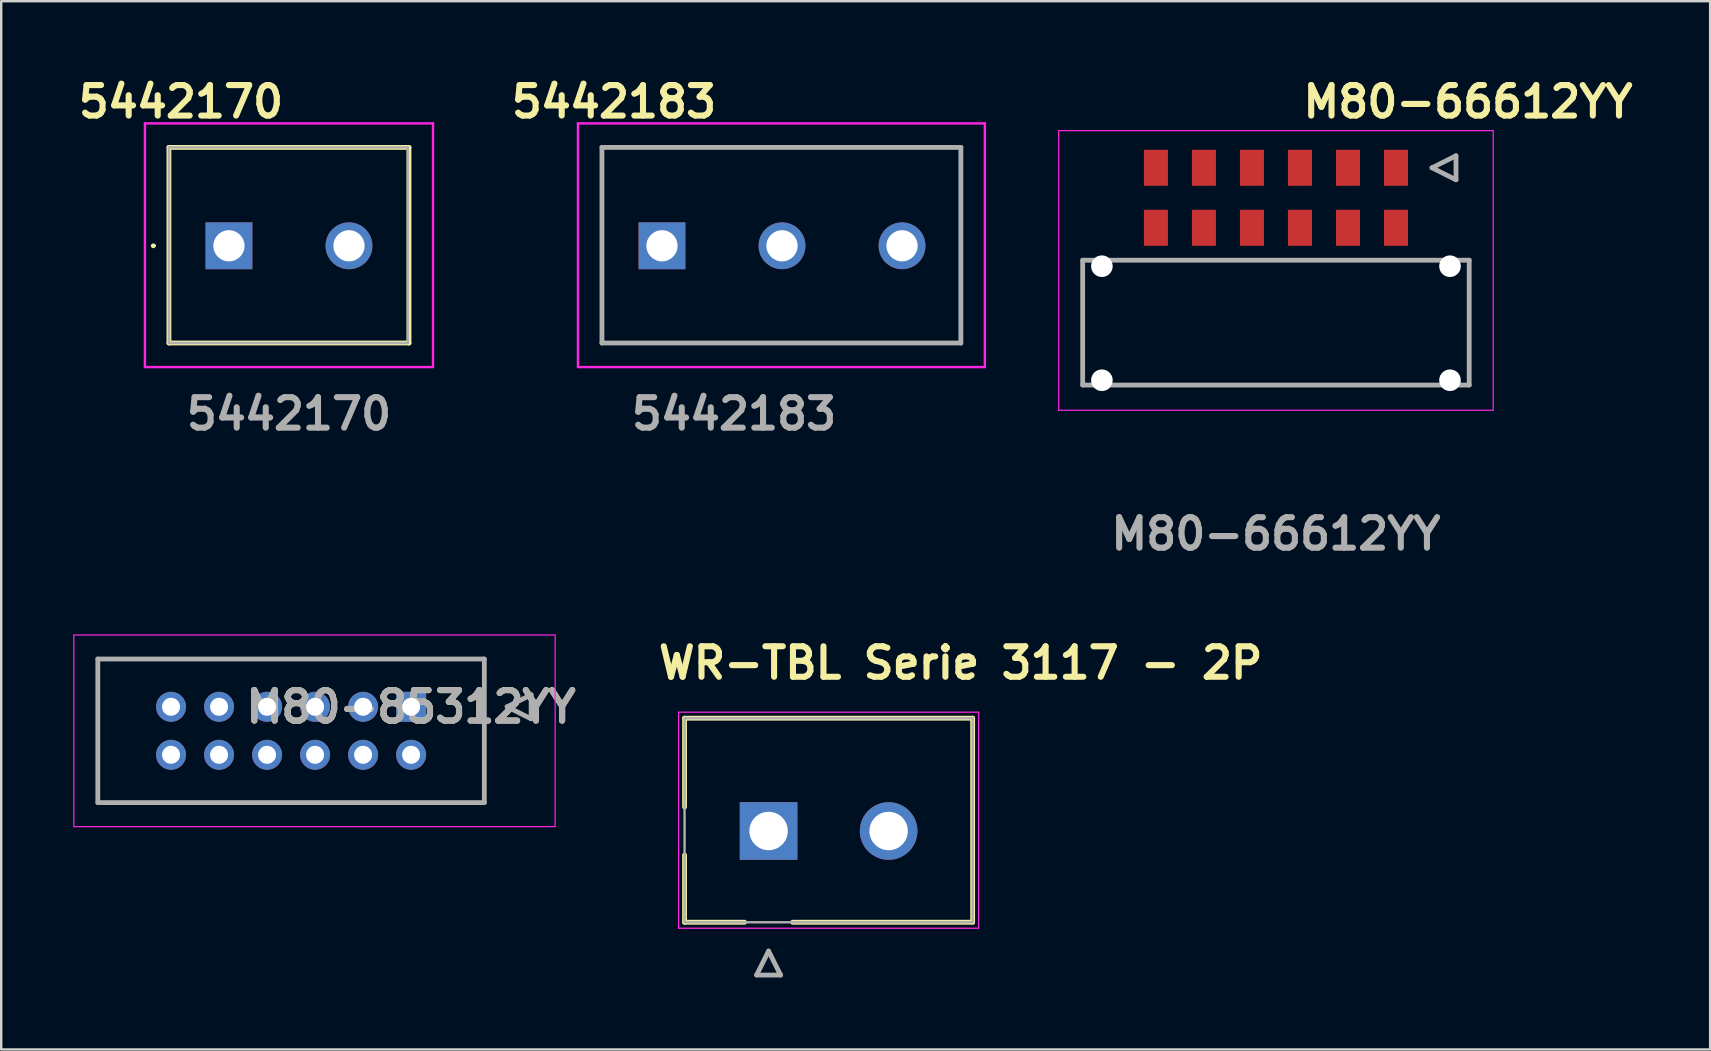
<source format=kicad_pcb>
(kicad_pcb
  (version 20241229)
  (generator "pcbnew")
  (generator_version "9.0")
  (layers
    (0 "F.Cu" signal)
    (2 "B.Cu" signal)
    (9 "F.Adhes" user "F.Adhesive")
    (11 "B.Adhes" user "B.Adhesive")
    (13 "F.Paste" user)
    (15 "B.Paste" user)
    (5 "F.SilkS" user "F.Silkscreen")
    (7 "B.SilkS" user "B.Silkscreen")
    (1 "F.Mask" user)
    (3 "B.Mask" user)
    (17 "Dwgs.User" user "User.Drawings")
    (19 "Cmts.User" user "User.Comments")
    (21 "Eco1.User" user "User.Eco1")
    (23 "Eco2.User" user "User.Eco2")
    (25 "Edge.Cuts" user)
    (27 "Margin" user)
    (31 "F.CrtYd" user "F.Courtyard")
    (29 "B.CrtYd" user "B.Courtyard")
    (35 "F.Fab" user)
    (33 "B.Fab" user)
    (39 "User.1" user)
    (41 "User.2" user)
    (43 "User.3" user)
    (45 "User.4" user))
  (footprint "M80-66612YY"
    (layer "F.Cu")
    (at 50.1 5.189)
    (property "Reference" "M80-66612YY" (at 8 -4 0) (layer "F.SilkS") (effects (font (size 1.27 1.27) (thickness 0.254))))
    (attr through_hole)
    (fp_line (start -8.05 7.8) (end -8.05 2.6) (stroke (width 0.1) (type solid)) (layer "F.SilkS"))
    (fp_line (start 6.5 -1.25) (end 7.5 -1.75) (stroke (width 0.1) (type solid)) (layer "F.SilkS"))
    (fp_line (start 7.5 -1.75) (end 7.5 -0.75) (stroke (width 0.1) (type solid)) (layer "F.SilkS"))
    (fp_line (start 7.5 -0.75) (end 6.5 -1.25) (stroke (width 0.1) (type solid)) (layer "F.SilkS"))
    (fp_line (start 8.05 2.6) (end 8.05 7.8) (stroke (width 0.1) (type solid)) (layer "F.SilkS"))
    (fp_line (start -9.05 -2.8) (end 9.05 -2.8) (stroke (width 0.05) (type solid)) (layer "F.CrtYd"))
    (fp_line (start -9.05 8.85) (end -9.05 -2.8) (stroke (width 0.05) (type solid)) (layer "F.CrtYd"))
    (fp_line (start 9.05 -2.8) (end 9.05 8.85) (stroke (width 0.05) (type solid)) (layer "F.CrtYd"))
    (fp_line (start 9.05 8.85) (end -9.05 8.85) (stroke (width 0.05) (type solid)) (layer "F.CrtYd"))
    (fp_line (start -8.05 2.6) (end 8.05 2.6) (stroke (width 0.2) (type solid)) (layer "F.Fab"))
    (fp_line (start -8.05 7.8) (end -8.05 2.6) (stroke (width 0.2) (type solid)) (layer "F.Fab"))
    (fp_line (start 6.5 -1.25) (end 7.5 -1.75) (stroke (width 0.2) (type solid)) (layer "F.Fab"))
    (fp_line (start 7.5 -1.75) (end 7.5 -0.75) (stroke (width 0.2) (type solid)) (layer "F.Fab"))
    (fp_line (start 7.5 -0.75) (end 6.5 -1.25) (stroke (width 0.2) (type solid)) (layer "F.Fab"))
    (fp_line (start 8.05 2.6) (end 8.05 7.8) (stroke (width 0.2) (type solid)) (layer "F.Fab"))
    (fp_line (start 8.05 7.8) (end -8.05 7.8) (stroke (width 0.2) (type solid)) (layer "F.Fab"))
    (fp_text user "${REFERENCE}" (at 0 14 0) (layer "F.Fab") (effects (font (size 1.27 1.27) (thickness 0.254))))
    (pad "" np_thru_hole circle (at -7.25 2.85) (size 0.9 0.9) (drill 0.9) (layers "*.Cu" "*.Mask"))
    (pad "" np_thru_hole circle (at -7.25 7.6) (size 0.9 0.9) (drill 0.9) (layers "*.Cu" "*.Mask"))
    (pad "" np_thru_hole circle (at 7.25 2.85) (size 0.9 0.9) (drill 0.9) (layers "*.Cu" "*.Mask"))
    (pad "" np_thru_hole circle (at 7.25 7.6) (size 0.9 0.9) (drill 0.9) (layers "*.Cu" "*.Mask"))
    (pad "1" smd rect (at 5 -1.25) (size 1 1.5) (layers "F.Cu" "F.Mask" "F.Paste"))
    (pad "2" smd rect (at 3 -1.25) (size 1 1.5) (layers "F.Cu" "F.Mask" "F.Paste"))
    (pad "3" smd rect (at 1 -1.25) (size 1 1.5) (layers "F.Cu" "F.Mask" "F.Paste"))
    (pad "4" smd rect (at -1 -1.25) (size 1 1.5) (layers "F.Cu" "F.Mask" "F.Paste"))
    (pad "5" smd rect (at -3 -1.25) (size 1 1.5) (layers "F.Cu" "F.Mask" "F.Paste"))
    (pad "6" smd rect (at -5 -1.25) (size 1 1.5) (layers "F.Cu" "F.Mask" "F.Paste"))
    (pad "7" smd rect (at 5 1.25) (size 1 1.5) (layers "F.Cu" "F.Mask" "F.Paste"))
    (pad "8" smd rect (at 3 1.25) (size 1 1.5) (layers "F.Cu" "F.Mask" "F.Paste"))
    (pad "9" smd rect (at 1 1.25) (size 1 1.5) (layers "F.Cu" "F.Mask" "F.Paste"))
    (pad "10" smd rect (at -1 1.25) (size 1 1.5) (layers "F.Cu" "F.Mask" "F.Paste"))
    (pad "11" smd rect (at -3 1.25) (size 1 1.5) (layers "F.Cu" "F.Mask" "F.Paste"))
    (pad "12" smd rect (at -5 1.25) (size 1 1.5) (layers "F.Cu" "F.Mask" "F.Paste")))
  (footprint "M80-85312YY"
    (layer "F.Cu")
    (at 14.075 26.392)
    (property "Reference" "M80-85312YY" (at 0 0 0) (layer "F.SilkS") (effects (font (size 1.27 1.27) (thickness 0.254))))
    (attr through_hole)
    (fp_line (start -13.05 -1.99) (end 3.05 -1.99) (stroke (width 0.1) (type solid)) (layer "F.SilkS"))
    (fp_line (start -13.05 3.99) (end -13.05 -1.99) (stroke (width 0.1) (type solid)) (layer "F.SilkS"))
    (fp_line (start 3.05 -1.99) (end 3.05 3.99) (stroke (width 0.1) (type solid)) (layer "F.SilkS"))
    (fp_line (start 3.05 3.99) (end -13.05 3.99) (stroke (width 0.1) (type solid)) (layer "F.SilkS"))
    (fp_line (start 4 0) (end 5 -0.5) (stroke (width 0.1) (type solid)) (layer "F.SilkS"))
    (fp_line (start 5 -0.5) (end 5 0.5) (stroke (width 0.1) (type solid)) (layer "F.SilkS"))
    (fp_line (start 5 0.5) (end 4 0) (stroke (width 0.1) (type solid)) (layer "F.SilkS"))
    (fp_line (start -14.05 -2.99) (end 6 -2.99) (stroke (width 0.05) (type solid)) (layer "F.CrtYd"))
    (fp_line (start -14.05 4.99) (end -14.05 -2.99) (stroke (width 0.05) (type solid)) (layer "F.CrtYd"))
    (fp_line (start 6 -2.99) (end 6 4.99) (stroke (width 0.05) (type solid)) (layer "F.CrtYd"))
    (fp_line (start 6 4.99) (end -14.05 4.99) (stroke (width 0.05) (type solid)) (layer "F.CrtYd"))
    (fp_line (start -13.05 -1.99) (end 3.05 -1.99) (stroke (width 0.2) (type solid)) (layer "F.Fab"))
    (fp_line (start -13.05 3.99) (end -13.05 -1.99) (stroke (width 0.2) (type solid)) (layer "F.Fab"))
    (fp_line (start 3.05 -1.99) (end 3.05 3.99) (stroke (width 0.2) (type solid)) (layer "F.Fab"))
    (fp_line (start 3.05 3.99) (end -13.05 3.99) (stroke (width 0.2) (type solid)) (layer "F.Fab"))
    (fp_line (start 4 0) (end 5 -0.5) (stroke (width 0.2) (type solid)) (layer "F.Fab"))
    (fp_line (start 5 -0.5) (end 5 0.5) (stroke (width 0.2) (type solid)) (layer "F.Fab"))
    (fp_line (start 5 0.5) (end 4 0) (stroke (width 0.2) (type solid)) (layer "F.Fab"))
    (fp_text user "${REFERENCE}" (at 0 0 0) (layer "F.Fab") (effects (font (size 1.27 1.27) (thickness 0.254))))
    (pad "1" thru_hole rect (at 0 0) (size 1.25 1.25) (drill 0.75) (layers "*.Cu" "*.Mask"))
    (pad "2" thru_hole circle (at -2 0) (size 1.25 1.25) (drill 0.75) (layers "*.Cu" "*.Mask"))
    (pad "3" thru_hole circle (at -4 0) (size 1.25 1.25) (drill 0.75) (layers "*.Cu" "*.Mask"))
    (pad "4" thru_hole circle (at -6 0) (size 1.25 1.25) (drill 0.75) (layers "*.Cu" "*.Mask"))
    (pad "5" thru_hole circle (at -8 0) (size 1.25 1.25) (drill 0.75) (layers "*.Cu" "*.Mask"))
    (pad "6" thru_hole circle (at -10 0) (size 1.25 1.25) (drill 0.75) (layers "*.Cu" "*.Mask"))
    (pad "7" thru_hole circle (at 0 2) (size 1.25 1.25) (drill 0.75) (layers "*.Cu" "*.Mask"))
    (pad "8" thru_hole circle (at -2 2) (size 1.25 1.25) (drill 0.75) (layers "*.Cu" "*.Mask"))
    (pad "9" thru_hole circle (at -4 2) (size 1.25 1.25) (drill 0.75) (layers "*.Cu" "*.Mask"))
    (pad "10" thru_hole circle (at -6 2) (size 1.25 1.25) (drill 0.75) (layers "*.Cu" "*.Mask"))
    (pad "11" thru_hole circle (at -8 2) (size 1.25 1.25) (drill 0.75) (layers "*.Cu" "*.Mask"))
    (pad "12" thru_hole circle (at -10 2) (size 1.25 1.25) (drill 0.75) (layers "*.Cu" "*.Mask")))
  (footprint "5442170"
    (layer "F.Cu")
    (at 6.487 7.189)
    (property "Reference" "5442170" (at -2 -6 0) (layer "F.SilkS") (effects (font (size 1.27 1.27) (thickness 0.254))))
    (attr through_hole)
    (fp_line (start -3.2 0) (end -3.2 0) (stroke (width 0.1) (type solid)) (layer "F.SilkS"))
    (fp_line (start -3.1 0) (end -3.1 0) (stroke (width 0.1) (type solid)) (layer "F.SilkS"))
    (fp_line (start -2.5 -4.1) (end 7.5 -4.1) (stroke (width 0.2) (type solid)) (layer "F.SilkS"))
    (fp_line (start -2.5 4.05) (end -2.5 -4.1) (stroke (width 0.2) (type solid)) (layer "F.SilkS"))
    (fp_line (start 7.5 -4.1) (end 7.5 4.05) (stroke (width 0.2) (type solid)) (layer "F.SilkS"))
    (fp_line (start 7.5 4.05) (end -2.5 4.05) (stroke (width 0.2) (type solid)) (layer "F.SilkS"))
    (fp_arc (start -3.2 0) (mid -3.15 -0.05) (end -3.1 0) (stroke (width 0.1) (type solid)) (layer "F.SilkS"))
    (fp_arc (start -3.1 0) (mid -3.15 0.05) (end -3.2 0) (stroke (width 0.1) (type solid)) (layer "F.SilkS"))
    (fp_line (start -3.5 -5.1) (end 8.5 -5.1) (stroke (width 0.1) (type solid)) (layer "F.CrtYd"))
    (fp_line (start -3.5 5.05) (end -3.5 -5.1) (stroke (width 0.1) (type solid)) (layer "F.CrtYd"))
    (fp_line (start 8.5 -5.1) (end 8.5 5.05) (stroke (width 0.1) (type solid)) (layer "F.CrtYd"))
    (fp_line (start 8.5 5.05) (end -3.5 5.05) (stroke (width 0.1) (type solid)) (layer "F.CrtYd"))
    (fp_line (start -2.5 -4.1) (end 7.45 -4.1) (stroke (width 0.1) (type solid)) (layer "F.Fab"))
    (fp_line (start -2.5 4.05) (end -2.5 -4.1) (stroke (width 0.1) (type solid)) (layer "F.Fab"))
    (fp_line (start 7.45 -4.1) (end 7.45 4.05) (stroke (width 0.1) (type solid)) (layer "F.Fab"))
    (fp_line (start 7.45 4.05) (end -2.5 4.05) (stroke (width 0.1) (type solid)) (layer "F.Fab"))
    (fp_text user "${REFERENCE}" (at 2.5 7 0) (layer "F.Fab") (effects (font (size 1.27 1.27) (thickness 0.254))))
    (pad "1" thru_hole rect (at 0 0) (size 1.95 1.95) (drill 1.3) (layers "*.Cu" "*.Mask"))
    (pad "2" thru_hole circle (at 5 0) (size 1.95 1.95) (drill 1.3) (layers "*.Cu" "*.Mask")))
  (footprint "WR-TBL Serie 3117 - 2P"
    (layer "F.Cu")
    (at 28.966 31.566)
    (property "Reference" "WR-TBL Serie 3117 - 2P" (at 8 -7 0) (layer "F.SilkS") (effects (font (size 1.27 1.27) (thickness 0.254))))
    (attr through_hole)
    (fp_line (start -3.5 -4.7) (end -3.5 -1) (stroke (width 0.2) (type solid)) (layer "F.SilkS"))
    (fp_line (start -3.5 1) (end -3.5 3.8) (stroke (width 0.2) (type default)) (layer "F.SilkS"))
    (fp_line (start -3.5 3.8) (end -1 3.8) (stroke (width 0.2) (type default)) (layer "F.SilkS"))
    (fp_line (start -0.5 6) (end 0 5) (stroke (width 0.1) (type solid)) (layer "F.SilkS"))
    (fp_line (start 0 5) (end 0.5 6) (stroke (width 0.1) (type solid)) (layer "F.SilkS"))
    (fp_line (start 0.5 6) (end -0.5 6) (stroke (width 0.1) (type solid)) (layer "F.SilkS"))
    (fp_line (start 1 3.8) (end 8.5 3.8) (stroke (width 0.2) (type solid)) (layer "F.SilkS"))
    (fp_line (start 8.5 -4.7) (end -3.5 -4.7) (stroke (width 0.2) (type solid)) (layer "F.SilkS"))
    (fp_line (start 8.5 3.8) (end 8.5 -4.7) (stroke (width 0.2) (type solid)) (layer "F.SilkS"))
    (fp_line (start -3.75 -4.95) (end 8.75 -4.95) (stroke (width 0.05) (type solid)) (layer "F.CrtYd"))
    (fp_line (start -3.75 4.05) (end -3.75 -4.95) (stroke (width 0.05) (type solid)) (layer "F.CrtYd"))
    (fp_line (start 8.75 -4.95) (end 8.75 4.05) (stroke (width 0.05) (type solid)) (layer "F.CrtYd"))
    (fp_line (start 8.75 4.05) (end -3.75 4.05) (stroke (width 0.05) (type solid)) (layer "F.CrtYd"))
    (fp_line (start -3.5 -4.7) (end 8.5 -4.7) (stroke (width 0.1) (type solid)) (layer "F.Fab"))
    (fp_line (start -3.5 3.8) (end -3.5 -4.7) (stroke (width 0.1) (type solid)) (layer "F.Fab"))
    (fp_line (start -0.5 6) (end 0 5) (stroke (width 0.2) (type solid)) (layer "F.Fab"))
    (fp_line (start 0 5) (end 0.5 6) (stroke (width 0.2) (type solid)) (layer "F.Fab"))
    (fp_line (start 0.5 6) (end -0.5 6) (stroke (width 0.2) (type solid)) (layer "F.Fab"))
    (fp_line (start 8.5 -4.7) (end 8.5 3.8) (stroke (width 0.1) (type solid)) (layer "F.Fab"))
    (fp_line (start 8.5 3.8) (end -3.5 3.8) (stroke (width 0.1) (type solid)) (layer "F.Fab"))
    (pad "1" thru_hole rect (at 0 0) (size 2.4 2.4) (drill 1.6) (layers "*.Cu" "*.Mask"))
    (pad "2" thru_hole circle (at 5 0) (size 2.4 2.4) (drill 1.6) (layers "*.Cu" "*.Mask")))
  (footprint "5442183"
    (layer "F.Cu")
    (at 24.525 7.189)
    (property "Reference" "5442183" (at -2 -6 0) (layer "F.SilkS") (effects (font (size 1.27 1.27) (thickness 0.254))))
    (attr through_hole)
    (fp_line (start -2.5 -4.1) (end 12.45 -4.1) (stroke (width 0.1) (type solid)) (layer "F.SilkS"))
    (fp_line (start -2.5 4.05) (end -2.5 -4.1) (stroke (width 0.1) (type solid)) (layer "F.SilkS"))
    (fp_line (start 12.45 -4.1) (end 12.45 4.05) (stroke (width 0.1) (type solid)) (layer "F.SilkS"))
    (fp_line (start 12.45 4.05) (end -2.5 4.05) (stroke (width 0.1) (type solid)) (layer "F.SilkS"))
    (fp_line (start -3.5 -5.1) (end 13.45 -5.1) (stroke (width 0.1) (type solid)) (layer "F.CrtYd"))
    (fp_line (start -3.5 5.05) (end -3.5 -5.1) (stroke (width 0.1) (type solid)) (layer "F.CrtYd"))
    (fp_line (start 13.45 -5.1) (end 13.45 5.05) (stroke (width 0.1) (type solid)) (layer "F.CrtYd"))
    (fp_line (start 13.45 5.05) (end -3.5 5.05) (stroke (width 0.1) (type solid)) (layer "F.CrtYd"))
    (fp_line (start -2.5 -4.1) (end -2.5 4.05) (stroke (width 0.2) (type solid)) (layer "F.Fab"))
    (fp_line (start -2.5 4.05) (end 12.45 4.05) (stroke (width 0.2) (type solid)) (layer "F.Fab"))
    (fp_line (start 12.45 -4.1) (end -2.5 -4.1) (stroke (width 0.2) (type solid)) (layer "F.Fab"))
    (fp_line (start 12.45 4.05) (end 12.45 -4.1) (stroke (width 0.2) (type solid)) (layer "F.Fab"))
    (fp_text user "${REFERENCE}" (at 3 7 0) (layer "F.Fab") (effects (font (size 1.27 1.27) (thickness 0.254))))
    (pad "1" thru_hole rect (at 0 0) (size 1.95 1.95) (drill 1.3) (layers "*.Cu" "*.Mask"))
    (pad "2" thru_hole circle (at 5 0) (size 1.95 1.95) (drill 1.3) (layers "*.Cu" "*.Mask"))
    (pad "3" thru_hole circle (at 10 0) (size 1.95 1.95) (drill 1.3) (layers "*.Cu" "*.Mask")))
  (gr_rect
    (start -3 -3)
    (end 68.187 40.666)
    (stroke (width 0.1) (type default))
    (fill no)
    (layer "Edge.Cuts")))
</source>
